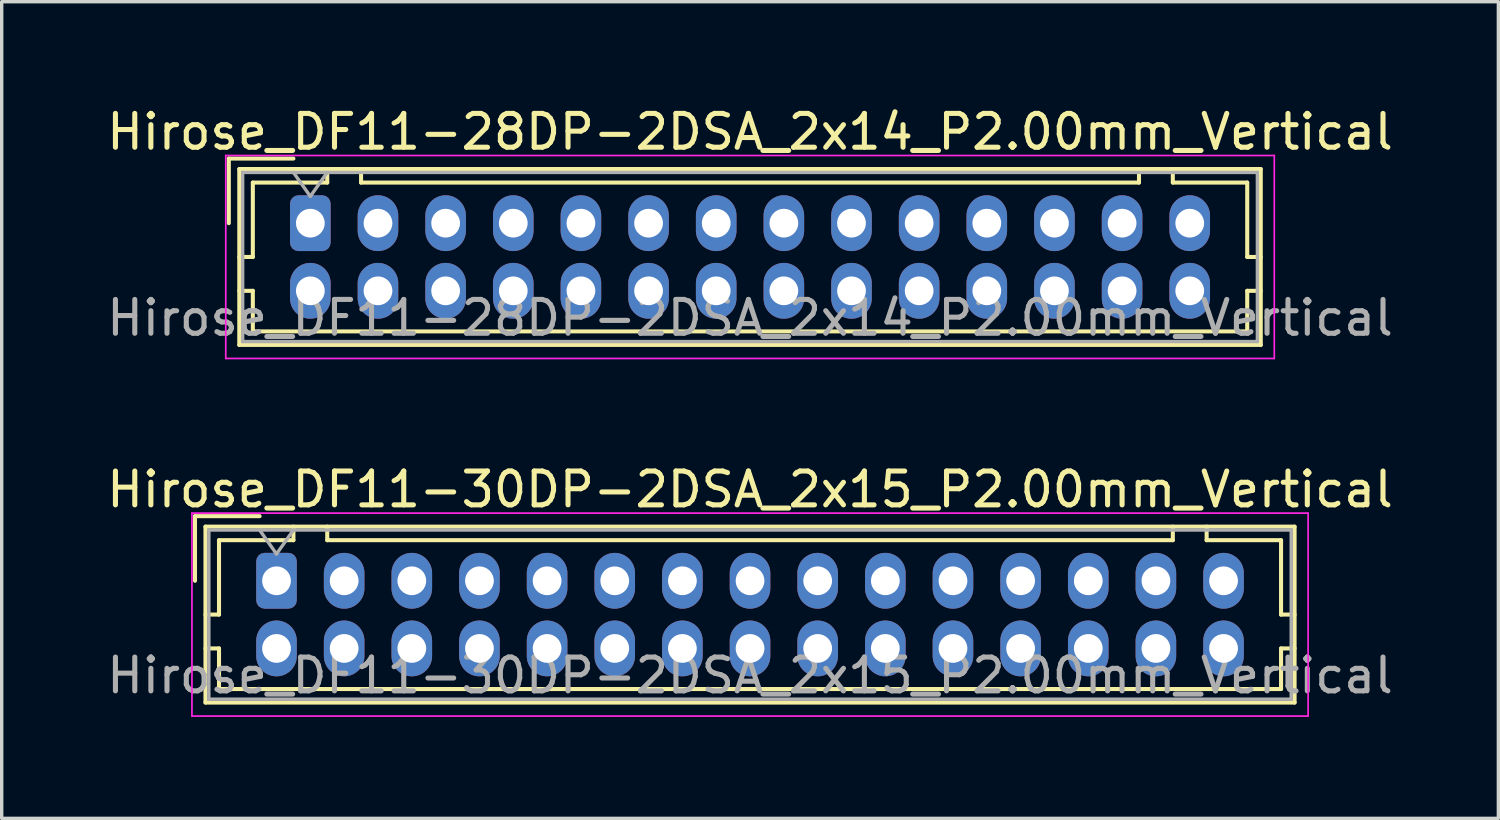
<source format=kicad_pcb>
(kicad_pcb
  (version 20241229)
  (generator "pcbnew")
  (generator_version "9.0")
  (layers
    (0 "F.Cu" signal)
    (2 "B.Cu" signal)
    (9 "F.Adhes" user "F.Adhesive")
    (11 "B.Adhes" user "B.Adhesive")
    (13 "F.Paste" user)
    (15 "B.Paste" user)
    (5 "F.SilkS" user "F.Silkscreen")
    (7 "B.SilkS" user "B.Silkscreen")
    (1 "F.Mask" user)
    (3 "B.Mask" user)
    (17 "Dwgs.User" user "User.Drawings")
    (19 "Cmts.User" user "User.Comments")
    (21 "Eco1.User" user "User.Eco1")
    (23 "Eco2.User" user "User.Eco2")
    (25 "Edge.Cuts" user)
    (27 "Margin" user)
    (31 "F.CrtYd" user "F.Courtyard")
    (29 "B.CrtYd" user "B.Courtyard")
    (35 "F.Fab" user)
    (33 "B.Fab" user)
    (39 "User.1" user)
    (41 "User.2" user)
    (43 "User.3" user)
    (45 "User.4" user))
  (footprint "Hirose_DF11-30DP-2DSA_2x15_P2.00mm_Vertical"
    (layer "F.Cu")
    (at 5.125 14.121)
    (property "Reference" "Hirose_DF11-30DP-2DSA_2x15_P2.00mm_Vertical" (at 14 -2.7 0) (layer "F.SilkS") (effects (font (size 1 1) (thickness 0.15))))
    (attr through_hole)
    (fp_line (start -2.41 -1.91) (end -0.5 -1.91) (stroke (width 0.12) (type solid)) (layer "F.SilkS"))
    (fp_line (start -2.41 0) (end -2.41 -1.91) (stroke (width 0.12) (type solid)) (layer "F.SilkS"))
    (fp_line (start -2.1 -1.6) (end -2.1 3.6) (stroke (width 0.12) (type solid)) (layer "F.SilkS"))
    (fp_line (start -2.1 1) (end -1.7 1) (stroke (width 0.12) (type solid)) (layer "F.SilkS"))
    (fp_line (start -2.1 2) (end -1.7 2) (stroke (width 0.12) (type solid)) (layer "F.SilkS"))
    (fp_line (start -2.1 3.6) (end 30.1 3.6) (stroke (width 0.12) (type solid)) (layer "F.SilkS"))
    (fp_line (start -1.7 -1.2) (end 0.5 -1.2) (stroke (width 0.12) (type solid)) (layer "F.SilkS"))
    (fp_line (start -1.7 1) (end -1.7 -1.2) (stroke (width 0.12) (type solid)) (layer "F.SilkS"))
    (fp_line (start -1.7 2) (end -1.7 3.2) (stroke (width 0.12) (type solid)) (layer "F.SilkS"))
    (fp_line (start -1.7 3.2) (end 29.7 3.2) (stroke (width 0.12) (type solid)) (layer "F.SilkS"))
    (fp_line (start 0.5 -1.2) (end 0.5 -1.6) (stroke (width 0.12) (type solid)) (layer "F.SilkS"))
    (fp_line (start 1.5 -1.6) (end 1.5 -1.2) (stroke (width 0.12) (type solid)) (layer "F.SilkS"))
    (fp_line (start 1.5 -1.2) (end 26.5 -1.2) (stroke (width 0.12) (type solid)) (layer "F.SilkS"))
    (fp_line (start 26.5 -1.2) (end 26.5 -1.6) (stroke (width 0.12) (type solid)) (layer "F.SilkS"))
    (fp_line (start 27.5 -1.2) (end 27.5 -1.6) (stroke (width 0.12) (type solid)) (layer "F.SilkS"))
    (fp_line (start 29.7 -1.2) (end 27.5 -1.2) (stroke (width 0.12) (type solid)) (layer "F.SilkS"))
    (fp_line (start 29.7 1) (end 29.7 -1.2) (stroke (width 0.12) (type solid)) (layer "F.SilkS"))
    (fp_line (start 29.7 2) (end 30.1 2) (stroke (width 0.12) (type solid)) (layer "F.SilkS"))
    (fp_line (start 29.7 3.2) (end 29.7 2) (stroke (width 0.12) (type solid)) (layer "F.SilkS"))
    (fp_line (start 30.1 -1.6) (end -2.1 -1.6) (stroke (width 0.12) (type solid)) (layer "F.SilkS"))
    (fp_line (start 30.1 1) (end 29.7 1) (stroke (width 0.12) (type solid)) (layer "F.SilkS"))
    (fp_line (start 30.1 3.6) (end 30.1 -1.6) (stroke (width 0.12) (type solid)) (layer "F.SilkS"))
    (fp_line (start -2.5 -2) (end -2.5 4) (stroke (width 0.05) (type solid)) (layer "F.CrtYd"))
    (fp_line (start -2.5 4) (end 30.5 4) (stroke (width 0.05) (type solid)) (layer "F.CrtYd"))
    (fp_line (start 30.5 -2) (end -2.5 -2) (stroke (width 0.05) (type solid)) (layer "F.CrtYd"))
    (fp_line (start 30.5 4) (end 30.5 -2) (stroke (width 0.05) (type solid)) (layer "F.CrtYd"))
    (fp_line (start -2 -1.5) (end -2 3.5) (stroke (width 0.1) (type solid)) (layer "F.Fab"))
    (fp_line (start -2 3.5) (end 30 3.5) (stroke (width 0.1) (type solid)) (layer "F.Fab"))
    (fp_line (start -0.5 -1.5) (end 0 -0.793) (stroke (width 0.1) (type solid)) (layer "F.Fab"))
    (fp_line (start 0 -0.793) (end 0.5 -1.5) (stroke (width 0.1) (type solid)) (layer "F.Fab"))
    (fp_line (start 30 -1.5) (end -2 -1.5) (stroke (width 0.1) (type solid)) (layer "F.Fab"))
    (fp_line (start 30 3.5) (end 30 -1.5) (stroke (width 0.1) (type solid)) (layer "F.Fab"))
    (fp_text user "${REFERENCE}" (at 14 2.8 0) (layer "F.Fab") (effects (font (size 1 1) (thickness 0.15))))
    (pad "1" thru_hole roundrect (at 0 0) (size 1.2 1.65) (drill 0.85) (layers "*.Cu" "*.Mask") (roundrect_rratio 0.208))
    (pad "2" thru_hole oval (at 0 2) (size 1.2 1.65) (drill 0.85) (layers "*.Cu" "*.Mask"))
    (pad "3" thru_hole oval (at 2 0) (size 1.2 1.65) (drill 0.85) (layers "*.Cu" "*.Mask"))
    (pad "4" thru_hole oval (at 2 2) (size 1.2 1.65) (drill 0.85) (layers "*.Cu" "*.Mask"))
    (pad "5" thru_hole oval (at 4 0) (size 1.2 1.65) (drill 0.85) (layers "*.Cu" "*.Mask"))
    (pad "6" thru_hole oval (at 4 2) (size 1.2 1.65) (drill 0.85) (layers "*.Cu" "*.Mask"))
    (pad "7" thru_hole oval (at 6 0) (size 1.2 1.65) (drill 0.85) (layers "*.Cu" "*.Mask"))
    (pad "8" thru_hole oval (at 6 2) (size 1.2 1.65) (drill 0.85) (layers "*.Cu" "*.Mask"))
    (pad "9" thru_hole oval (at 8 0) (size 1.2 1.65) (drill 0.85) (layers "*.Cu" "*.Mask"))
    (pad "10" thru_hole oval (at 8 2) (size 1.2 1.65) (drill 0.85) (layers "*.Cu" "*.Mask"))
    (pad "11" thru_hole oval (at 10 0) (size 1.2 1.65) (drill 0.85) (layers "*.Cu" "*.Mask"))
    (pad "12" thru_hole oval (at 10 2) (size 1.2 1.65) (drill 0.85) (layers "*.Cu" "*.Mask"))
    (pad "13" thru_hole oval (at 12 0) (size 1.2 1.65) (drill 0.85) (layers "*.Cu" "*.Mask"))
    (pad "14" thru_hole oval (at 12 2) (size 1.2 1.65) (drill 0.85) (layers "*.Cu" "*.Mask"))
    (pad "15" thru_hole oval (at 14 0) (size 1.2 1.65) (drill 0.85) (layers "*.Cu" "*.Mask"))
    (pad "16" thru_hole oval (at 14 2) (size 1.2 1.65) (drill 0.85) (layers "*.Cu" "*.Mask"))
    (pad "17" thru_hole oval (at 16 0) (size 1.2 1.65) (drill 0.85) (layers "*.Cu" "*.Mask"))
    (pad "18" thru_hole oval (at 16 2) (size 1.2 1.65) (drill 0.85) (layers "*.Cu" "*.Mask"))
    (pad "19" thru_hole oval (at 18 0) (size 1.2 1.65) (drill 0.85) (layers "*.Cu" "*.Mask"))
    (pad "20" thru_hole oval (at 18 2) (size 1.2 1.65) (drill 0.85) (layers "*.Cu" "*.Mask"))
    (pad "21" thru_hole oval (at 20 0) (size 1.2 1.65) (drill 0.85) (layers "*.Cu" "*.Mask"))
    (pad "22" thru_hole oval (at 20 2) (size 1.2 1.65) (drill 0.85) (layers "*.Cu" "*.Mask"))
    (pad "23" thru_hole oval (at 22 0) (size 1.2 1.65) (drill 0.85) (layers "*.Cu" "*.Mask"))
    (pad "24" thru_hole oval (at 22 2) (size 1.2 1.65) (drill 0.85) (layers "*.Cu" "*.Mask"))
    (pad "25" thru_hole oval (at 24 0) (size 1.2 1.65) (drill 0.85) (layers "*.Cu" "*.Mask"))
    (pad "26" thru_hole oval (at 24 2) (size 1.2 1.65) (drill 0.85) (layers "*.Cu" "*.Mask"))
    (pad "27" thru_hole oval (at 26 0) (size 1.2 1.65) (drill 0.85) (layers "*.Cu" "*.Mask"))
    (pad "28" thru_hole oval (at 26 2) (size 1.2 1.65) (drill 0.85) (layers "*.Cu" "*.Mask"))
    (pad "29" thru_hole oval (at 28 0) (size 1.2 1.65) (drill 0.85) (layers "*.Cu" "*.Mask"))
    (pad "30" thru_hole oval (at 28 2) (size 1.2 1.65) (drill 0.85) (layers "*.Cu" "*.Mask")))
  (footprint "Hirose_DF11-28DP-2DSA_2x14_P2.00mm_Vertical"
    (layer "F.Cu")
    (at 6.125 3.548)
    (property "Reference" "Hirose_DF11-28DP-2DSA_2x14_P2.00mm_Vertical" (at 13 -2.7 0) (layer "F.SilkS") (effects (font (size 1 1) (thickness 0.15))))
    (attr through_hole)
    (fp_line (start -2.41 -1.91) (end -0.5 -1.91) (stroke (width 0.12) (type solid)) (layer "F.SilkS"))
    (fp_line (start -2.41 0) (end -2.41 -1.91) (stroke (width 0.12) (type solid)) (layer "F.SilkS"))
    (fp_line (start -2.1 -1.6) (end -2.1 3.6) (stroke (width 0.12) (type solid)) (layer "F.SilkS"))
    (fp_line (start -2.1 1) (end -1.7 1) (stroke (width 0.12) (type solid)) (layer "F.SilkS"))
    (fp_line (start -2.1 2) (end -1.7 2) (stroke (width 0.12) (type solid)) (layer "F.SilkS"))
    (fp_line (start -2.1 3.6) (end 28.1 3.6) (stroke (width 0.12) (type solid)) (layer "F.SilkS"))
    (fp_line (start -1.7 -1.2) (end 0.5 -1.2) (stroke (width 0.12) (type solid)) (layer "F.SilkS"))
    (fp_line (start -1.7 1) (end -1.7 -1.2) (stroke (width 0.12) (type solid)) (layer "F.SilkS"))
    (fp_line (start -1.7 2) (end -1.7 3.2) (stroke (width 0.12) (type solid)) (layer "F.SilkS"))
    (fp_line (start -1.7 3.2) (end 27.7 3.2) (stroke (width 0.12) (type solid)) (layer "F.SilkS"))
    (fp_line (start 0.5 -1.2) (end 0.5 -1.6) (stroke (width 0.12) (type solid)) (layer "F.SilkS"))
    (fp_line (start 1.5 -1.6) (end 1.5 -1.2) (stroke (width 0.12) (type solid)) (layer "F.SilkS"))
    (fp_line (start 1.5 -1.2) (end 24.5 -1.2) (stroke (width 0.12) (type solid)) (layer "F.SilkS"))
    (fp_line (start 24.5 -1.2) (end 24.5 -1.6) (stroke (width 0.12) (type solid)) (layer "F.SilkS"))
    (fp_line (start 25.5 -1.2) (end 25.5 -1.6) (stroke (width 0.12) (type solid)) (layer "F.SilkS"))
    (fp_line (start 27.7 -1.2) (end 25.5 -1.2) (stroke (width 0.12) (type solid)) (layer "F.SilkS"))
    (fp_line (start 27.7 1) (end 27.7 -1.2) (stroke (width 0.12) (type solid)) (layer "F.SilkS"))
    (fp_line (start 27.7 2) (end 28.1 2) (stroke (width 0.12) (type solid)) (layer "F.SilkS"))
    (fp_line (start 27.7 3.2) (end 27.7 2) (stroke (width 0.12) (type solid)) (layer "F.SilkS"))
    (fp_line (start 28.1 -1.6) (end -2.1 -1.6) (stroke (width 0.12) (type solid)) (layer "F.SilkS"))
    (fp_line (start 28.1 1) (end 27.7 1) (stroke (width 0.12) (type solid)) (layer "F.SilkS"))
    (fp_line (start 28.1 3.6) (end 28.1 -1.6) (stroke (width 0.12) (type solid)) (layer "F.SilkS"))
    (fp_line (start -2.5 -2) (end -2.5 4) (stroke (width 0.05) (type solid)) (layer "F.CrtYd"))
    (fp_line (start -2.5 4) (end 28.5 4) (stroke (width 0.05) (type solid)) (layer "F.CrtYd"))
    (fp_line (start 28.5 -2) (end -2.5 -2) (stroke (width 0.05) (type solid)) (layer "F.CrtYd"))
    (fp_line (start 28.5 4) (end 28.5 -2) (stroke (width 0.05) (type solid)) (layer "F.CrtYd"))
    (fp_line (start -2 -1.5) (end -2 3.5) (stroke (width 0.1) (type solid)) (layer "F.Fab"))
    (fp_line (start -2 3.5) (end 28 3.5) (stroke (width 0.1) (type solid)) (layer "F.Fab"))
    (fp_line (start -0.5 -1.5) (end 0 -0.793) (stroke (width 0.1) (type solid)) (layer "F.Fab"))
    (fp_line (start 0 -0.793) (end 0.5 -1.5) (stroke (width 0.1) (type solid)) (layer "F.Fab"))
    (fp_line (start 28 -1.5) (end -2 -1.5) (stroke (width 0.1) (type solid)) (layer "F.Fab"))
    (fp_line (start 28 3.5) (end 28 -1.5) (stroke (width 0.1) (type solid)) (layer "F.Fab"))
    (fp_text user "${REFERENCE}" (at 13 2.8 0) (layer "F.Fab") (effects (font (size 1 1) (thickness 0.15))))
    (pad "1" thru_hole roundrect (at 0 0) (size 1.2 1.65) (drill 0.85) (layers "*.Cu" "*.Mask") (roundrect_rratio 0.208))
    (pad "2" thru_hole oval (at 0 2) (size 1.2 1.65) (drill 0.85) (layers "*.Cu" "*.Mask"))
    (pad "3" thru_hole oval (at 2 0) (size 1.2 1.65) (drill 0.85) (layers "*.Cu" "*.Mask"))
    (pad "4" thru_hole oval (at 2 2) (size 1.2 1.65) (drill 0.85) (layers "*.Cu" "*.Mask"))
    (pad "5" thru_hole oval (at 4 0) (size 1.2 1.65) (drill 0.85) (layers "*.Cu" "*.Mask"))
    (pad "6" thru_hole oval (at 4 2) (size 1.2 1.65) (drill 0.85) (layers "*.Cu" "*.Mask"))
    (pad "7" thru_hole oval (at 6 0) (size 1.2 1.65) (drill 0.85) (layers "*.Cu" "*.Mask"))
    (pad "8" thru_hole oval (at 6 2) (size 1.2 1.65) (drill 0.85) (layers "*.Cu" "*.Mask"))
    (pad "9" thru_hole oval (at 8 0) (size 1.2 1.65) (drill 0.85) (layers "*.Cu" "*.Mask"))
    (pad "10" thru_hole oval (at 8 2) (size 1.2 1.65) (drill 0.85) (layers "*.Cu" "*.Mask"))
    (pad "11" thru_hole oval (at 10 0) (size 1.2 1.65) (drill 0.85) (layers "*.Cu" "*.Mask"))
    (pad "12" thru_hole oval (at 10 2) (size 1.2 1.65) (drill 0.85) (layers "*.Cu" "*.Mask"))
    (pad "13" thru_hole oval (at 12 0) (size 1.2 1.65) (drill 0.85) (layers "*.Cu" "*.Mask"))
    (pad "14" thru_hole oval (at 12 2) (size 1.2 1.65) (drill 0.85) (layers "*.Cu" "*.Mask"))
    (pad "15" thru_hole oval (at 14 0) (size 1.2 1.65) (drill 0.85) (layers "*.Cu" "*.Mask"))
    (pad "16" thru_hole oval (at 14 2) (size 1.2 1.65) (drill 0.85) (layers "*.Cu" "*.Mask"))
    (pad "17" thru_hole oval (at 16 0) (size 1.2 1.65) (drill 0.85) (layers "*.Cu" "*.Mask"))
    (pad "18" thru_hole oval (at 16 2) (size 1.2 1.65) (drill 0.85) (layers "*.Cu" "*.Mask"))
    (pad "19" thru_hole oval (at 18 0) (size 1.2 1.65) (drill 0.85) (layers "*.Cu" "*.Mask"))
    (pad "20" thru_hole oval (at 18 2) (size 1.2 1.65) (drill 0.85) (layers "*.Cu" "*.Mask"))
    (pad "21" thru_hole oval (at 20 0) (size 1.2 1.65) (drill 0.85) (layers "*.Cu" "*.Mask"))
    (pad "22" thru_hole oval (at 20 2) (size 1.2 1.65) (drill 0.85) (layers "*.Cu" "*.Mask"))
    (pad "23" thru_hole oval (at 22 0) (size 1.2 1.65) (drill 0.85) (layers "*.Cu" "*.Mask"))
    (pad "24" thru_hole oval (at 22 2) (size 1.2 1.65) (drill 0.85) (layers "*.Cu" "*.Mask"))
    (pad "25" thru_hole oval (at 24 0) (size 1.2 1.65) (drill 0.85) (layers "*.Cu" "*.Mask"))
    (pad "26" thru_hole oval (at 24 2) (size 1.2 1.65) (drill 0.85) (layers "*.Cu" "*.Mask"))
    (pad "27" thru_hole oval (at 26 0) (size 1.2 1.65) (drill 0.85) (layers "*.Cu" "*.Mask"))
    (pad "28" thru_hole oval (at 26 2) (size 1.2 1.65) (drill 0.85) (layers "*.Cu" "*.Mask")))
  (gr_rect
    (start -3 -3)
    (end 41.25 21.146)
    (stroke (width 0.1) (type default))
    (fill no)
    (layer "Edge.Cuts")))
</source>
